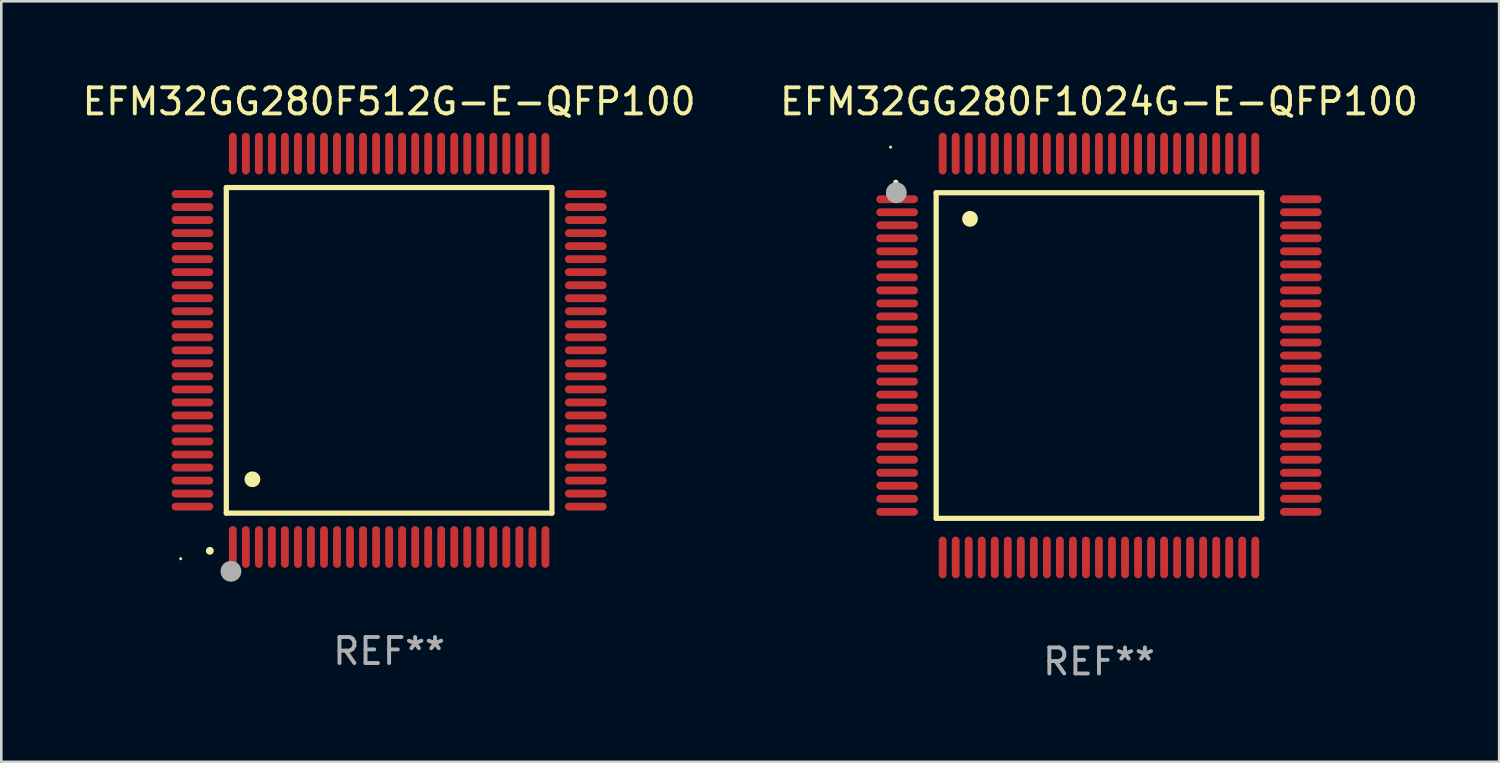
<source format=kicad_pcb>
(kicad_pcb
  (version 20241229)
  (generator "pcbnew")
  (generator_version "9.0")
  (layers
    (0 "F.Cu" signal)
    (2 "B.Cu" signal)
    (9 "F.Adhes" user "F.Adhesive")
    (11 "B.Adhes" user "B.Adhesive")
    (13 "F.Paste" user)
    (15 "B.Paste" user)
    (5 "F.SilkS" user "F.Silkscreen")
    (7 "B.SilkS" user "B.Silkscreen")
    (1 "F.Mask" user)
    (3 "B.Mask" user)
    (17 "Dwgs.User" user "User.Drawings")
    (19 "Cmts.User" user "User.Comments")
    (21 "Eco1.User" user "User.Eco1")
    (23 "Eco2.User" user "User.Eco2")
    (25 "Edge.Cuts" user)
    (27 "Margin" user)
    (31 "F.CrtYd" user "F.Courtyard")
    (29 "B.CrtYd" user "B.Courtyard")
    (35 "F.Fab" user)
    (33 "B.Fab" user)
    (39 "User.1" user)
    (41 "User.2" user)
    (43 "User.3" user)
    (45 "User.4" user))
  (footprint "EFM32GG280F512G-E-QFP100"
    (layer "F.Cu")
    (at 11.887 10.398)
    (property "Reference" "EFM32GG280F512G-E-QFP100" (at 0 -9.55 0) (layer "F.SilkS") (effects (font (size 1 1) (thickness 0.15))))
    (attr through_hole)
    (fp_line (start -6.25 -6.25) (end -6.25 6.25) (stroke (width 0.2) (type solid)) (layer "F.SilkS"))
    (fp_line (start -6.25 6.25) (end 6.25 6.25) (stroke (width 0.2) (type solid)) (layer "F.SilkS"))
    (fp_line (start 6.25 -6.25) (end -6.25 -6.25) (stroke (width 0.2) (type solid)) (layer "F.SilkS"))
    (fp_line (start 6.25 6.25) (end 6.25 -6.25) (stroke (width 0.2) (type solid)) (layer "F.SilkS"))
    (fp_arc (start -6.883414 7.696215) (mid -6.882144 7.69621) (end -6.880874 7.696215) (stroke (width 0.3) (type solid)) (layer "F.SilkS"))
    (fp_arc (start -5.250191 4.95047) (mid -5.247651 4.950459) (end -5.245111 4.95047) (stroke (width 0.6) (type solid)) (layer "F.SilkS"))
    (fp_circle (center -8 8) (end -7.97 8) (stroke (width 0.06) (type solid)) (fill no) (layer "F.SilkS"))
    (fp_circle (center -6.071 8.484) (end -5.871 8.484) (stroke (width 0.4) (type solid)) (fill no) (layer "F.Fab"))
    (fp_text user "REF**" (at 0 11.55 0) (layer "F.Fab") (effects (font (size 1 1) (thickness 0.15))))
    (pad "1" smd oval (at -6 7.55) (size 0.3 1.6) (layers "F.Cu" "F.Mask" "F.Paste"))
    (pad "2" smd oval (at -5.5 7.55) (size 0.3 1.6) (layers "F.Cu" "F.Mask" "F.Paste"))
    (pad "3" smd oval (at -5 7.55) (size 0.3 1.6) (layers "F.Cu" "F.Mask" "F.Paste"))
    (pad "4" smd oval (at -4.5 7.55) (size 0.3 1.6) (layers "F.Cu" "F.Mask" "F.Paste"))
    (pad "5" smd oval (at -4 7.55) (size 0.3 1.6) (layers "F.Cu" "F.Mask" "F.Paste"))
    (pad "6" smd oval (at -3.5 7.55) (size 0.3 1.6) (layers "F.Cu" "F.Mask" "F.Paste"))
    (pad "7" smd oval (at -3 7.55) (size 0.3 1.6) (layers "F.Cu" "F.Mask" "F.Paste"))
    (pad "8" smd oval (at -2.5 7.55) (size 0.3 1.6) (layers "F.Cu" "F.Mask" "F.Paste"))
    (pad "9" smd oval (at -2 7.55) (size 0.3 1.6) (layers "F.Cu" "F.Mask" "F.Paste"))
    (pad "10" smd oval (at -1.5 7.55) (size 0.3 1.6) (layers "F.Cu" "F.Mask" "F.Paste"))
    (pad "11" smd oval (at -1 7.55) (size 0.3 1.6) (layers "F.Cu" "F.Mask" "F.Paste"))
    (pad "12" smd oval (at -0.5 7.55) (size 0.3 1.6) (layers "F.Cu" "F.Mask" "F.Paste"))
    (pad "13" smd oval (at 0 7.55) (size 0.3 1.6) (layers "F.Cu" "F.Mask" "F.Paste"))
    (pad "14" smd oval (at 0.5 7.55) (size 0.3 1.6) (layers "F.Cu" "F.Mask" "F.Paste"))
    (pad "15" smd oval (at 1 7.55) (size 0.3 1.6) (layers "F.Cu" "F.Mask" "F.Paste"))
    (pad "16" smd oval (at 1.5 7.55) (size 0.3 1.6) (layers "F.Cu" "F.Mask" "F.Paste"))
    (pad "17" smd oval (at 2 7.55) (size 0.3 1.6) (layers "F.Cu" "F.Mask" "F.Paste"))
    (pad "18" smd oval (at 2.5 7.55) (size 0.3 1.6) (layers "F.Cu" "F.Mask" "F.Paste"))
    (pad "19" smd oval (at 3 7.55) (size 0.3 1.6) (layers "F.Cu" "F.Mask" "F.Paste"))
    (pad "20" smd oval (at 3.5 7.55) (size 0.3 1.6) (layers "F.Cu" "F.Mask" "F.Paste"))
    (pad "21" smd oval (at 4 7.55) (size 0.3 1.6) (layers "F.Cu" "F.Mask" "F.Paste"))
    (pad "22" smd oval (at 4.5 7.55) (size 0.3 1.6) (layers "F.Cu" "F.Mask" "F.Paste"))
    (pad "23" smd oval (at 5 7.55) (size 0.3 1.6) (layers "F.Cu" "F.Mask" "F.Paste"))
    (pad "24" smd oval (at 5.5 7.55) (size 0.3 1.6) (layers "F.Cu" "F.Mask" "F.Paste"))
    (pad "25" smd oval (at 6 7.55) (size 0.3 1.6) (layers "F.Cu" "F.Mask" "F.Paste"))
    (pad "26" smd oval (at 7.55 6) (size 1.6 0.3) (layers "F.Cu" "F.Mask" "F.Paste"))
    (pad "27" smd oval (at 7.55 5.5) (size 1.6 0.3) (layers "F.Cu" "F.Mask" "F.Paste"))
    (pad "28" smd oval (at 7.55 5) (size 1.6 0.3) (layers "F.Cu" "F.Mask" "F.Paste"))
    (pad "29" smd oval (at 7.55 4.5) (size 1.6 0.3) (layers "F.Cu" "F.Mask" "F.Paste"))
    (pad "30" smd oval (at 7.55 4) (size 1.6 0.3) (layers "F.Cu" "F.Mask" "F.Paste"))
    (pad "31" smd oval (at 7.55 3.5) (size 1.6 0.3) (layers "F.Cu" "F.Mask" "F.Paste"))
    (pad "32" smd oval (at 7.55 3) (size 1.6 0.3) (layers "F.Cu" "F.Mask" "F.Paste"))
    (pad "33" smd oval (at 7.55 2.5) (size 1.6 0.3) (layers "F.Cu" "F.Mask" "F.Paste"))
    (pad "34" smd oval (at 7.55 2) (size 1.6 0.3) (layers "F.Cu" "F.Mask" "F.Paste"))
    (pad "35" smd oval (at 7.55 1.5) (size 1.6 0.3) (layers "F.Cu" "F.Mask" "F.Paste"))
    (pad "36" smd oval (at 7.55 1) (size 1.6 0.3) (layers "F.Cu" "F.Mask" "F.Paste"))
    (pad "37" smd oval (at 7.55 0.5) (size 1.6 0.3) (layers "F.Cu" "F.Mask" "F.Paste"))
    (pad "38" smd oval (at 7.55 0) (size 1.6 0.3) (layers "F.Cu" "F.Mask" "F.Paste"))
    (pad "39" smd oval (at 7.55 -0.5) (size 1.6 0.3) (layers "F.Cu" "F.Mask" "F.Paste"))
    (pad "40" smd oval (at 7.55 -1) (size 1.6 0.3) (layers "F.Cu" "F.Mask" "F.Paste"))
    (pad "41" smd oval (at 7.55 -1.5) (size 1.6 0.3) (layers "F.Cu" "F.Mask" "F.Paste"))
    (pad "42" smd oval (at 7.55 -2) (size 1.6 0.3) (layers "F.Cu" "F.Mask" "F.Paste"))
    (pad "43" smd oval (at 7.55 -2.5) (size 1.6 0.3) (layers "F.Cu" "F.Mask" "F.Paste"))
    (pad "44" smd oval (at 7.55 -3) (size 1.6 0.3) (layers "F.Cu" "F.Mask" "F.Paste"))
    (pad "45" smd oval (at 7.55 -3.5) (size 1.6 0.3) (layers "F.Cu" "F.Mask" "F.Paste"))
    (pad "46" smd oval (at 7.55 -4) (size 1.6 0.3) (layers "F.Cu" "F.Mask" "F.Paste"))
    (pad "47" smd oval (at 7.55 -4.5) (size 1.6 0.3) (layers "F.Cu" "F.Mask" "F.Paste"))
    (pad "48" smd oval (at 7.55 -5) (size 1.6 0.3) (layers "F.Cu" "F.Mask" "F.Paste"))
    (pad "49" smd oval (at 7.55 -5.5) (size 1.6 0.3) (layers "F.Cu" "F.Mask" "F.Paste"))
    (pad "50" smd oval (at 7.55 -6) (size 1.6 0.3) (layers "F.Cu" "F.Mask" "F.Paste"))
    (pad "51" smd oval (at 6 -7.55) (size 0.3 1.6) (layers "F.Cu" "F.Mask" "F.Paste"))
    (pad "52" smd oval (at 5.5 -7.55) (size 0.3 1.6) (layers "F.Cu" "F.Mask" "F.Paste"))
    (pad "53" smd oval (at 5 -7.55) (size 0.3 1.6) (layers "F.Cu" "F.Mask" "F.Paste"))
    (pad "54" smd oval (at 4.5 -7.55) (size 0.3 1.6) (layers "F.Cu" "F.Mask" "F.Paste"))
    (pad "55" smd oval (at 4 -7.55) (size 0.3 1.6) (layers "F.Cu" "F.Mask" "F.Paste"))
    (pad "56" smd oval (at 3.5 -7.55) (size 0.3 1.6) (layers "F.Cu" "F.Mask" "F.Paste"))
    (pad "57" smd oval (at 3 -7.55) (size 0.3 1.6) (layers "F.Cu" "F.Mask" "F.Paste"))
    (pad "58" smd oval (at 2.5 -7.55) (size 0.3 1.6) (layers "F.Cu" "F.Mask" "F.Paste"))
    (pad "59" smd oval (at 2 -7.55) (size 0.3 1.6) (layers "F.Cu" "F.Mask" "F.Paste"))
    (pad "60" smd oval (at 1.5 -7.55) (size 0.3 1.6) (layers "F.Cu" "F.Mask" "F.Paste"))
    (pad "61" smd oval (at 1 -7.55) (size 0.3 1.6) (layers "F.Cu" "F.Mask" "F.Paste"))
    (pad "62" smd oval (at 0.5 -7.55) (size 0.3 1.6) (layers "F.Cu" "F.Mask" "F.Paste"))
    (pad "63" smd oval (at 0 -7.55) (size 0.3 1.6) (layers "F.Cu" "F.Mask" "F.Paste"))
    (pad "64" smd oval (at -0.5 -7.55) (size 0.3 1.6) (layers "F.Cu" "F.Mask" "F.Paste"))
    (pad "65" smd oval (at -1 -7.55) (size 0.3 1.6) (layers "F.Cu" "F.Mask" "F.Paste"))
    (pad "66" smd oval (at -1.5 -7.55) (size 0.3 1.6) (layers "F.Cu" "F.Mask" "F.Paste"))
    (pad "67" smd oval (at -2 -7.55) (size 0.3 1.6) (layers "F.Cu" "F.Mask" "F.Paste"))
    (pad "68" smd oval (at -2.5 -7.55) (size 0.3 1.6) (layers "F.Cu" "F.Mask" "F.Paste"))
    (pad "69" smd oval (at -3 -7.55) (size 0.3 1.6) (layers "F.Cu" "F.Mask" "F.Paste"))
    (pad "70" smd oval (at -3.5 -7.55) (size 0.3 1.6) (layers "F.Cu" "F.Mask" "F.Paste"))
    (pad "71" smd oval (at -4 -7.55) (size 0.3 1.6) (layers "F.Cu" "F.Mask" "F.Paste"))
    (pad "72" smd oval (at -4.5 -7.55) (size 0.3 1.6) (layers "F.Cu" "F.Mask" "F.Paste"))
    (pad "73" smd oval (at -5 -7.55) (size 0.3 1.6) (layers "F.Cu" "F.Mask" "F.Paste"))
    (pad "74" smd oval (at -5.5 -7.55) (size 0.3 1.6) (layers "F.Cu" "F.Mask" "F.Paste"))
    (pad "75" smd oval (at -6 -7.55) (size 0.3 1.6) (layers "F.Cu" "F.Mask" "F.Paste"))
    (pad "76" smd oval (at -7.55 -6) (size 1.6 0.3) (layers "F.Cu" "F.Mask" "F.Paste"))
    (pad "77" smd oval (at -7.55 -5.5) (size 1.6 0.3) (layers "F.Cu" "F.Mask" "F.Paste"))
    (pad "78" smd oval (at -7.55 -5) (size 1.6 0.3) (layers "F.Cu" "F.Mask" "F.Paste"))
    (pad "79" smd oval (at -7.55 -4.5) (size 1.6 0.3) (layers "F.Cu" "F.Mask" "F.Paste"))
    (pad "80" smd oval (at -7.55 -4) (size 1.6 0.3) (layers "F.Cu" "F.Mask" "F.Paste"))
    (pad "81" smd oval (at -7.55 -3.5) (size 1.6 0.3) (layers "F.Cu" "F.Mask" "F.Paste"))
    (pad "82" smd oval (at -7.55 -3) (size 1.6 0.3) (layers "F.Cu" "F.Mask" "F.Paste"))
    (pad "83" smd oval (at -7.55 -2.5) (size 1.6 0.3) (layers "F.Cu" "F.Mask" "F.Paste"))
    (pad "84" smd oval (at -7.55 -2) (size 1.6 0.3) (layers "F.Cu" "F.Mask" "F.Paste"))
    (pad "85" smd oval (at -7.55 -1.5) (size 1.6 0.3) (layers "F.Cu" "F.Mask" "F.Paste"))
    (pad "86" smd oval (at -7.55 -1) (size 1.6 0.3) (layers "F.Cu" "F.Mask" "F.Paste"))
    (pad "87" smd oval (at -7.55 -0.5) (size 1.6 0.3) (layers "F.Cu" "F.Mask" "F.Paste"))
    (pad "88" smd oval (at -7.55 0) (size 1.6 0.3) (layers "F.Cu" "F.Mask" "F.Paste"))
    (pad "89" smd oval (at -7.55 0.5) (size 1.6 0.3) (layers "F.Cu" "F.Mask" "F.Paste"))
    (pad "90" smd oval (at -7.55 1) (size 1.6 0.3) (layers "F.Cu" "F.Mask" "F.Paste"))
    (pad "91" smd oval (at -7.55 1.5) (size 1.6 0.3) (layers "F.Cu" "F.Mask" "F.Paste"))
    (pad "92" smd oval (at -7.55 2) (size 1.6 0.3) (layers "F.Cu" "F.Mask" "F.Paste"))
    (pad "93" smd oval (at -7.55 2.5) (size 1.6 0.3) (layers "F.Cu" "F.Mask" "F.Paste"))
    (pad "94" smd oval (at -7.55 3) (size 1.6 0.3) (layers "F.Cu" "F.Mask" "F.Paste"))
    (pad "95" smd oval (at -7.55 3.5) (size 1.6 0.3) (layers "F.Cu" "F.Mask" "F.Paste"))
    (pad "96" smd oval (at -7.55 4) (size 1.6 0.3) (layers "F.Cu" "F.Mask" "F.Paste"))
    (pad "97" smd oval (at -7.55 4.5) (size 1.6 0.3) (layers "F.Cu" "F.Mask" "F.Paste"))
    (pad "98" smd oval (at -7.55 5) (size 1.6 0.3) (layers "F.Cu" "F.Mask" "F.Paste"))
    (pad "99" smd oval (at -7.55 5.5) (size 1.6 0.3) (layers "F.Cu" "F.Mask" "F.Paste"))
    (pad "100" smd oval (at -7.55 6) (size 1.6 0.3) (layers "F.Cu" "F.Mask" "F.Paste")))
  (footprint "EFM32GG280F1024G-E-QFP100"
    (layer "F.Cu")
    (at 39.137 10.598)
    (property "Reference" "EFM32GG280F1024G-E-QFP100" (at 0 -9.75 0) (layer "F.SilkS") (effects (font (size 1 1) (thickness 0.15))))
    (attr through_hole)
    (fp_line (start -6.25 -6.25) (end -6.25 6.25) (stroke (width 0.2) (type solid)) (layer "F.SilkS"))
    (fp_line (start -6.25 6.25) (end 6.25 6.25) (stroke (width 0.2) (type solid)) (layer "F.SilkS"))
    (fp_line (start 6.25 -6.25) (end -6.25 -6.25) (stroke (width 0.2) (type solid)) (layer "F.SilkS"))
    (fp_line (start 6.25 6.25) (end 6.25 -6.25) (stroke (width 0.2) (type solid)) (layer "F.SilkS"))
    (fp_arc (start -7.799568 -6.647625) (mid -7.799571 -6.648463) (end -7.799568 -6.649301) (stroke (width 0.2) (type solid)) (layer "F.SilkS"))
    (fp_arc (start -4.95047 -5.245111) (mid -4.950481 -5.247651) (end -4.95047 -5.250191) (stroke (width 0.6) (type solid)) (layer "F.SilkS"))
    (fp_circle (center -8 -8) (end -7.97 -8) (stroke (width 0.06) (type solid)) (fill no) (layer "F.SilkS"))
    (fp_circle (center -7.78 -6.25) (end -7.58 -6.25) (stroke (width 0.4) (type solid)) (fill no) (layer "F.Fab"))
    (fp_text user "REF**" (at 0 11.75 0) (layer "F.Fab") (effects (font (size 1 1) (thickness 0.15))))
    (pad "1" smd oval (at -7.75 -6 90) (size 0.3 1.6) (layers "F.Cu" "F.Mask" "F.Paste"))
    (pad "2" smd oval (at -7.75 -5.5 90) (size 0.3 1.6) (layers "F.Cu" "F.Mask" "F.Paste"))
    (pad "3" smd oval (at -7.75 -5 90) (size 0.3 1.6) (layers "F.Cu" "F.Mask" "F.Paste"))
    (pad "4" smd oval (at -7.75 -4.5 90) (size 0.3 1.6) (layers "F.Cu" "F.Mask" "F.Paste"))
    (pad "5" smd oval (at -7.75 -4 90) (size 0.3 1.6) (layers "F.Cu" "F.Mask" "F.Paste"))
    (pad "6" smd oval (at -7.75 -3.5 90) (size 0.3 1.6) (layers "F.Cu" "F.Mask" "F.Paste"))
    (pad "7" smd oval (at -7.75 -3 90) (size 0.3 1.6) (layers "F.Cu" "F.Mask" "F.Paste"))
    (pad "8" smd oval (at -7.75 -2.5 90) (size 0.3 1.6) (layers "F.Cu" "F.Mask" "F.Paste"))
    (pad "9" smd oval (at -7.75 -2 90) (size 0.3 1.6) (layers "F.Cu" "F.Mask" "F.Paste"))
    (pad "10" smd oval (at -7.75 -1.5 90) (size 0.3 1.6) (layers "F.Cu" "F.Mask" "F.Paste"))
    (pad "11" smd oval (at -7.75 -1 90) (size 0.3 1.6) (layers "F.Cu" "F.Mask" "F.Paste"))
    (pad "12" smd oval (at -7.75 -0.5 90) (size 0.3 1.6) (layers "F.Cu" "F.Mask" "F.Paste"))
    (pad "13" smd oval (at -7.75 0 90) (size 0.3 1.6) (layers "F.Cu" "F.Mask" "F.Paste"))
    (pad "14" smd oval (at -7.75 0.5 90) (size 0.3 1.6) (layers "F.Cu" "F.Mask" "F.Paste"))
    (pad "15" smd oval (at -7.75 1 90) (size 0.3 1.6) (layers "F.Cu" "F.Mask" "F.Paste"))
    (pad "16" smd oval (at -7.75 1.5 90) (size 0.3 1.6) (layers "F.Cu" "F.Mask" "F.Paste"))
    (pad "17" smd oval (at -7.75 2 90) (size 0.3 1.6) (layers "F.Cu" "F.Mask" "F.Paste"))
    (pad "18" smd oval (at -7.75 2.5 90) (size 0.3 1.6) (layers "F.Cu" "F.Mask" "F.Paste"))
    (pad "19" smd oval (at -7.75 3 90) (size 0.3 1.6) (layers "F.Cu" "F.Mask" "F.Paste"))
    (pad "20" smd oval (at -7.75 3.5 90) (size 0.3 1.6) (layers "F.Cu" "F.Mask" "F.Paste"))
    (pad "21" smd oval (at -7.75 4 90) (size 0.3 1.6) (layers "F.Cu" "F.Mask" "F.Paste"))
    (pad "22" smd oval (at -7.75 4.5 90) (size 0.3 1.6) (layers "F.Cu" "F.Mask" "F.Paste"))
    (pad "23" smd oval (at -7.75 5 90) (size 0.3 1.6) (layers "F.Cu" "F.Mask" "F.Paste"))
    (pad "24" smd oval (at -7.75 5.5 90) (size 0.3 1.6) (layers "F.Cu" "F.Mask" "F.Paste"))
    (pad "25" smd oval (at -7.75 6 90) (size 0.3 1.6) (layers "F.Cu" "F.Mask" "F.Paste"))
    (pad "26" smd oval (at -6 7.75) (size 0.3 1.6) (layers "F.Cu" "F.Mask" "F.Paste"))
    (pad "27" smd oval (at -5.5 7.75) (size 0.3 1.6) (layers "F.Cu" "F.Mask" "F.Paste"))
    (pad "28" smd oval (at -5 7.75) (size 0.3 1.6) (layers "F.Cu" "F.Mask" "F.Paste"))
    (pad "29" smd oval (at -4.5 7.75) (size 0.3 1.6) (layers "F.Cu" "F.Mask" "F.Paste"))
    (pad "30" smd oval (at -4 7.75) (size 0.3 1.6) (layers "F.Cu" "F.Mask" "F.Paste"))
    (pad "31" smd oval (at -3.5 7.75) (size 0.3 1.6) (layers "F.Cu" "F.Mask" "F.Paste"))
    (pad "32" smd oval (at -3 7.75) (size 0.3 1.6) (layers "F.Cu" "F.Mask" "F.Paste"))
    (pad "33" smd oval (at -2.5 7.75) (size 0.3 1.6) (layers "F.Cu" "F.Mask" "F.Paste"))
    (pad "34" smd oval (at -2 7.75) (size 0.3 1.6) (layers "F.Cu" "F.Mask" "F.Paste"))
    (pad "35" smd oval (at -1.5 7.75) (size 0.3 1.6) (layers "F.Cu" "F.Mask" "F.Paste"))
    (pad "36" smd oval (at -1 7.75) (size 0.3 1.6) (layers "F.Cu" "F.Mask" "F.Paste"))
    (pad "37" smd oval (at -0.5 7.75) (size 0.3 1.6) (layers "F.Cu" "F.Mask" "F.Paste"))
    (pad "38" smd oval (at 0 7.75) (size 0.3 1.6) (layers "F.Cu" "F.Mask" "F.Paste"))
    (pad "39" smd oval (at 0.5 7.75) (size 0.3 1.6) (layers "F.Cu" "F.Mask" "F.Paste"))
    (pad "40" smd oval (at 1 7.75) (size 0.3 1.6) (layers "F.Cu" "F.Mask" "F.Paste"))
    (pad "41" smd oval (at 1.5 7.75) (size 0.3 1.6) (layers "F.Cu" "F.Mask" "F.Paste"))
    (pad "42" smd oval (at 2 7.75) (size 0.3 1.6) (layers "F.Cu" "F.Mask" "F.Paste"))
    (pad "43" smd oval (at 2.5 7.75) (size 0.3 1.6) (layers "F.Cu" "F.Mask" "F.Paste"))
    (pad "44" smd oval (at 3 7.75) (size 0.3 1.6) (layers "F.Cu" "F.Mask" "F.Paste"))
    (pad "45" smd oval (at 3.5 7.75) (size 0.3 1.6) (layers "F.Cu" "F.Mask" "F.Paste"))
    (pad "46" smd oval (at 4 7.75) (size 0.3 1.6) (layers "F.Cu" "F.Mask" "F.Paste"))
    (pad "47" smd oval (at 4.5 7.75) (size 0.3 1.6) (layers "F.Cu" "F.Mask" "F.Paste"))
    (pad "48" smd oval (at 5 7.75) (size 0.3 1.6) (layers "F.Cu" "F.Mask" "F.Paste"))
    (pad "49" smd oval (at 5.5 7.75) (size 0.3 1.6) (layers "F.Cu" "F.Mask" "F.Paste"))
    (pad "50" smd oval (at 6 7.75) (size 0.3 1.6) (layers "F.Cu" "F.Mask" "F.Paste"))
    (pad "51" smd oval (at 7.75 6 90) (size 0.3 1.6) (layers "F.Cu" "F.Mask" "F.Paste"))
    (pad "52" smd oval (at 7.75 5.5 90) (size 0.3 1.6) (layers "F.Cu" "F.Mask" "F.Paste"))
    (pad "53" smd oval (at 7.75 5 90) (size 0.3 1.6) (layers "F.Cu" "F.Mask" "F.Paste"))
    (pad "54" smd oval (at 7.75 4.5 90) (size 0.3 1.6) (layers "F.Cu" "F.Mask" "F.Paste"))
    (pad "55" smd oval (at 7.75 4 90) (size 0.3 1.6) (layers "F.Cu" "F.Mask" "F.Paste"))
    (pad "56" smd oval (at 7.75 3.5 90) (size 0.3 1.6) (layers "F.Cu" "F.Mask" "F.Paste"))
    (pad "57" smd oval (at 7.75 3 90) (size 0.3 1.6) (layers "F.Cu" "F.Mask" "F.Paste"))
    (pad "58" smd oval (at 7.75 2.5 90) (size 0.3 1.6) (layers "F.Cu" "F.Mask" "F.Paste"))
    (pad "59" smd oval (at 7.75 2 90) (size 0.3 1.6) (layers "F.Cu" "F.Mask" "F.Paste"))
    (pad "60" smd oval (at 7.75 1.5 90) (size 0.3 1.6) (layers "F.Cu" "F.Mask" "F.Paste"))
    (pad "61" smd oval (at 7.75 1 90) (size 0.3 1.6) (layers "F.Cu" "F.Mask" "F.Paste"))
    (pad "62" smd oval (at 7.75 0.5 90) (size 0.3 1.6) (layers "F.Cu" "F.Mask" "F.Paste"))
    (pad "63" smd oval (at 7.75 0 90) (size 0.3 1.6) (layers "F.Cu" "F.Mask" "F.Paste"))
    (pad "64" smd oval (at 7.75 -0.5 90) (size 0.3 1.6) (layers "F.Cu" "F.Mask" "F.Paste"))
    (pad "65" smd oval (at 7.75 -1 90) (size 0.3 1.6) (layers "F.Cu" "F.Mask" "F.Paste"))
    (pad "66" smd oval (at 7.75 -1.5 90) (size 0.3 1.6) (layers "F.Cu" "F.Mask" "F.Paste"))
    (pad "67" smd oval (at 7.75 -2 90) (size 0.3 1.6) (layers "F.Cu" "F.Mask" "F.Paste"))
    (pad "68" smd oval (at 7.75 -2.5 90) (size 0.3 1.6) (layers "F.Cu" "F.Mask" "F.Paste"))
    (pad "69" smd oval (at 7.75 -3 90) (size 0.3 1.6) (layers "F.Cu" "F.Mask" "F.Paste"))
    (pad "70" smd oval (at 7.75 -3.5 90) (size 0.3 1.6) (layers "F.Cu" "F.Mask" "F.Paste"))
    (pad "71" smd oval (at 7.75 -4 90) (size 0.3 1.6) (layers "F.Cu" "F.Mask" "F.Paste"))
    (pad "72" smd oval (at 7.75 -4.5 90) (size 0.3 1.6) (layers "F.Cu" "F.Mask" "F.Paste"))
    (pad "73" smd oval (at 7.75 -5 90) (size 0.3 1.6) (layers "F.Cu" "F.Mask" "F.Paste"))
    (pad "74" smd oval (at 7.75 -5.5 90) (size 0.3 1.6) (layers "F.Cu" "F.Mask" "F.Paste"))
    (pad "75" smd oval (at 7.75 -6 90) (size 0.3 1.6) (layers "F.Cu" "F.Mask" "F.Paste"))
    (pad "76" smd oval (at 6 -7.75) (size 0.3 1.6) (layers "F.Cu" "F.Mask" "F.Paste"))
    (pad "77" smd oval (at 5.5 -7.75) (size 0.3 1.6) (layers "F.Cu" "F.Mask" "F.Paste"))
    (pad "78" smd oval (at 5 -7.75) (size 0.3 1.6) (layers "F.Cu" "F.Mask" "F.Paste"))
    (pad "79" smd oval (at 4.5 -7.75) (size 0.3 1.6) (layers "F.Cu" "F.Mask" "F.Paste"))
    (pad "80" smd oval (at 4 -7.75) (size 0.3 1.6) (layers "F.Cu" "F.Mask" "F.Paste"))
    (pad "81" smd oval (at 3.5 -7.75) (size 0.3 1.6) (layers "F.Cu" "F.Mask" "F.Paste"))
    (pad "82" smd oval (at 3 -7.75) (size 0.3 1.6) (layers "F.Cu" "F.Mask" "F.Paste"))
    (pad "83" smd oval (at 2.5 -7.75) (size 0.3 1.6) (layers "F.Cu" "F.Mask" "F.Paste"))
    (pad "84" smd oval (at 2 -7.75) (size 0.3 1.6) (layers "F.Cu" "F.Mask" "F.Paste"))
    (pad "85" smd oval (at 1.5 -7.75) (size 0.3 1.6) (layers "F.Cu" "F.Mask" "F.Paste"))
    (pad "86" smd oval (at 1 -7.75) (size 0.3 1.6) (layers "F.Cu" "F.Mask" "F.Paste"))
    (pad "87" smd oval (at 0.5 -7.75) (size 0.3 1.6) (layers "F.Cu" "F.Mask" "F.Paste"))
    (pad "88" smd oval (at 0 -7.75) (size 0.3 1.6) (layers "F.Cu" "F.Mask" "F.Paste"))
    (pad "89" smd oval (at -0.5 -7.75) (size 0.3 1.6) (layers "F.Cu" "F.Mask" "F.Paste"))
    (pad "90" smd oval (at -1 -7.75) (size 0.3 1.6) (layers "F.Cu" "F.Mask" "F.Paste"))
    (pad "91" smd oval (at -1.5 -7.75) (size 0.3 1.6) (layers "F.Cu" "F.Mask" "F.Paste"))
    (pad "92" smd oval (at -2 -7.75) (size 0.3 1.6) (layers "F.Cu" "F.Mask" "F.Paste"))
    (pad "93" smd oval (at -2.5 -7.75) (size 0.3 1.6) (layers "F.Cu" "F.Mask" "F.Paste"))
    (pad "94" smd oval (at -3 -7.75) (size 0.3 1.6) (layers "F.Cu" "F.Mask" "F.Paste"))
    (pad "95" smd oval (at -3.5 -7.75) (size 0.3 1.6) (layers "F.Cu" "F.Mask" "F.Paste"))
    (pad "96" smd oval (at -4 -7.75) (size 0.3 1.6) (layers "F.Cu" "F.Mask" "F.Paste"))
    (pad "97" smd oval (at -4.5 -7.75) (size 0.3 1.6) (layers "F.Cu" "F.Mask" "F.Paste"))
    (pad "98" smd oval (at -5 -7.75) (size 0.3 1.6) (layers "F.Cu" "F.Mask" "F.Paste"))
    (pad "99" smd oval (at -5.5 -7.75) (size 0.3 1.6) (layers "F.Cu" "F.Mask" "F.Paste"))
    (pad "100" smd oval (at -6 -7.75) (size 0.3 1.6) (layers "F.Cu" "F.Mask" "F.Paste")))
  (gr_rect
    (start -3 -3)
    (end 54.5 26.196)
    (stroke (width 0.1) (type default))
    (fill no)
    (layer "Edge.Cuts")))
</source>
